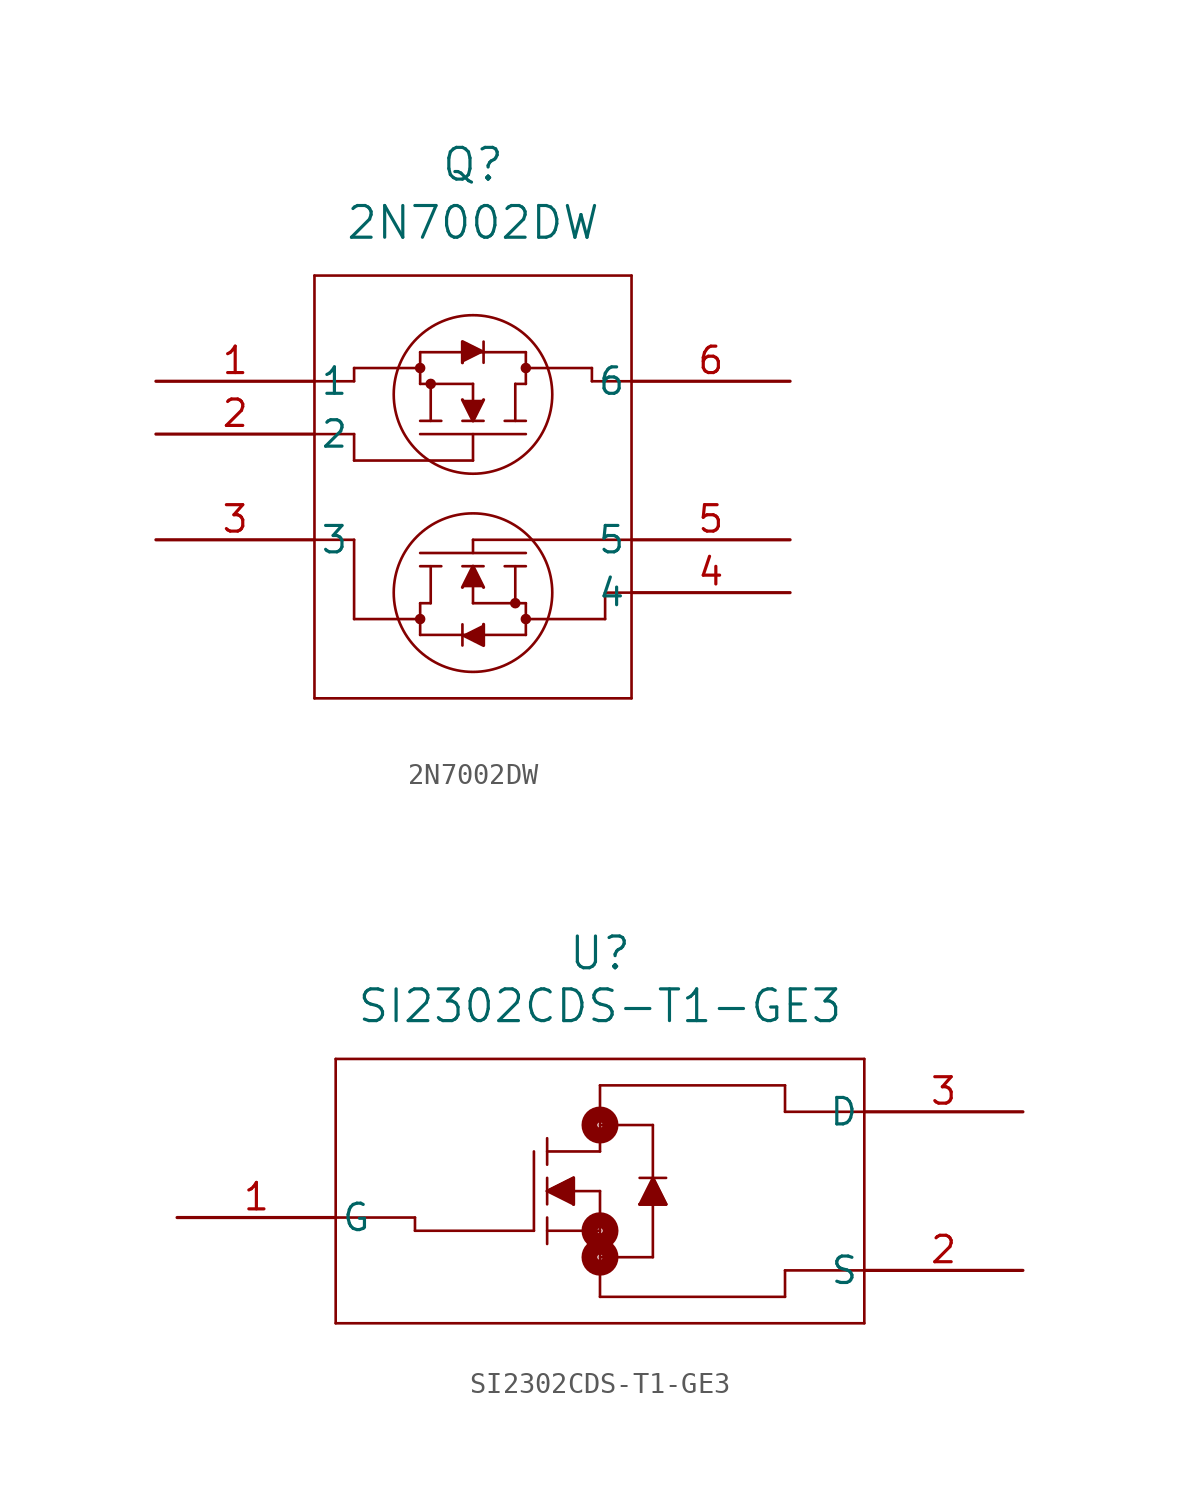
<source format=kicad_sym>
(kicad_symbol_lib
  (version 20241209)
  (generator "kicad_symbol_editor")
  (generator_version "9.0")
  (symbol "2N7002DW"
    (pin_names
      (offset 0.254))
    (property "Reference" "Q"
      (at 0 12.954 0)
      (effects (font (size 1.524 1.524))))
    (property "Value" "2N7002DW"
      (at 0 10.16 0)
      (effects (font (size 1.524 1.524))))
    (property "ki_locked" ""
      (at 0 0 0)
      (effects (font (size 1.27 1.27))))
    (symbol "2N7002DW_0_1"
      (polyline (pts (xy -7.62 7.62) (xy -7.62 -12.7)) (stroke (width 0.127) (type default)) (fill (type none)))
      (polyline (pts (xy -7.62 2.54) (xy -5.715 2.54)) (stroke (width 0.127) (type default)) (fill (type none)))
      (polyline (pts (xy -7.62 0) (xy -5.715 0)) (stroke (width 0.127) (type default)) (fill (type none)))
      (polyline (pts (xy -7.62 -5.08) (xy -5.715 -5.08)) (stroke (width 0.127) (type default)) (fill (type none)))
      (polyline (pts (xy -7.62 -12.7) (xy 7.62 -12.7)) (stroke (width 0.127) (type default)) (fill (type none)))
      (polyline (pts (xy -5.715 3.175) (xy -5.715 2.54)) (stroke (width 0.127) (type default)) (fill (type none)))
      (polyline (pts (xy -5.715 3.175) (xy -2.54 3.175)) (stroke (width 0.127) (type default)) (fill (type none)))
      (polyline (pts (xy -5.715 0) (xy -5.715 -1.27)) (stroke (width 0.127) (type default)) (fill (type none)))
      (polyline (pts (xy -5.715 -1.27) (xy 0 -1.27)) (stroke (width 0.127) (type default)) (fill (type none)))
      (polyline (pts (xy -5.715 -5.08) (xy -5.715 -8.89)) (stroke (width 0.127) (type default)) (fill (type none)))
      (polyline (pts (xy -5.715 -8.89) (xy -2.54 -8.89)) (stroke (width 0.127) (type default)) (fill (type none)))
      (polyline (pts (xy -2.54 3.937) (xy 2.54 3.937)) (stroke (width 0.127) (type default)) (fill (type none)))
      (circle (center -2.54 3.175) (radius 0.127) (stroke (width 0.254) (type default)) (fill (type none)))
      (polyline (pts (xy -2.54 2.413) (xy -2.54 3.937)) (stroke (width 0.127) (type default)) (fill (type none)))
      (polyline (pts (xy -2.54 2.413) (xy 0 2.413)) (stroke (width 0.127) (type default)) (fill (type none)))
      (polyline (pts (xy -2.54 0.635) (xy -1.524 0.635)) (stroke (width 0.127) (type default)) (fill (type none)))
      (polyline (pts (xy -2.54 0) (xy 2.54 0)) (stroke (width 0.127) (type default)) (fill (type none)))
      (polyline (pts (xy -2.54 -8.128) (xy -2.54 -9.652)) (stroke (width 0.127) (type default)) (fill (type none)))
      (circle (center -2.54 -8.89) (radius 0.127) (stroke (width 0.254) (type default)) (fill (type none)))
      (circle (center -2.032 2.413) (radius 0.127) (stroke (width 0.254) (type default)) (fill (type none)))
      (polyline (pts (xy -2.032 0.635) (xy -2.032 2.413)) (stroke (width 0.127) (type default)) (fill (type none)))
      (polyline (pts (xy -2.032 -6.35) (xy -2.032 -8.128)) (stroke (width 0.127) (type default)) (fill (type none)))
      (polyline (pts (xy -2.032 -8.128) (xy -2.54 -8.128)) (stroke (width 0.127) (type default)) (fill (type none)))
      (polyline (pts (xy -1.524 -6.35) (xy -2.54 -6.35)) (stroke (width 0.127) (type default)) (fill (type none)))
      (polyline (pts (xy -0.508 3.429) (xy -0.508 4.445) (xy 0.508 3.937)) (stroke (width 0) (type default)) (fill (type outline)))
      (polyline (pts (xy -0.508 1.651) (xy 0 0.635) (xy 0.508 1.651)) (stroke (width 0) (type default)) (fill (type outline)))
      (polyline (pts (xy -0.508 0.635) (xy 0.508 0.635)) (stroke (width 0.127) (type default)) (fill (type none)))
      (polyline (pts (xy -0.508 -9.144) (xy -0.508 -10.16)) (stroke (width 0.127) (type default)) (fill (type none)))
      (circle (center 0 1.905) (radius 3.81) (stroke (width 0.127) (type default)) (fill (type none)))
      (polyline (pts (xy 0 0.635) (xy 0 2.413)) (stroke (width 0.127) (type default)) (fill (type none)))
      (polyline (pts (xy 0 0) (xy 0 -1.27)) (stroke (width 0.127) (type default)) (fill (type none)))
      (polyline (pts (xy 0 -5.715) (xy 0 -5.08)) (stroke (width 0.127) (type default)) (fill (type none)))
      (polyline (pts (xy 0 -6.35) (xy 0 -8.128)) (stroke (width 0.127) (type default)) (fill (type none)))
      (circle (center 0 -7.62) (radius 3.81) (stroke (width 0.127) (type default)) (fill (type none)))
      (polyline (pts (xy 0.508 3.429) (xy 0.508 4.445)) (stroke (width 0.127) (type default)) (fill (type none)))
      (polyline (pts (xy 0.508 -6.35) (xy -0.508 -6.35)) (stroke (width 0.127) (type default)) (fill (type none)))
      (polyline (pts (xy 0.508 -7.366) (xy 0 -6.35) (xy -0.508 -7.366)) (stroke (width 0) (type default)) (fill (type outline)))
      (polyline (pts (xy 0.508 -9.144) (xy 0.508 -10.16) (xy -0.508 -9.652)) (stroke (width 0) (type default)) (fill (type outline)))
      (polyline (pts (xy 1.524 0.635) (xy 2.54 0.635)) (stroke (width 0.127) (type default)) (fill (type none)))
      (polyline (pts (xy 2.032 2.413) (xy 2.54 2.413)) (stroke (width 0.127) (type default)) (fill (type none)))
      (polyline (pts (xy 2.032 0.635) (xy 2.032 2.413)) (stroke (width 0.127) (type default)) (fill (type none)))
      (polyline (pts (xy 2.032 -6.35) (xy 2.032 -8.128)) (stroke (width 0.127) (type default)) (fill (type none)))
      (circle (center 2.032 -8.128) (radius 0.127) (stroke (width 0.254) (type default)) (fill (type none)))
      (polyline (pts (xy 2.54 3.175) (xy 5.715 3.175)) (stroke (width 0.127) (type default)) (fill (type none)))
      (circle (center 2.54 3.175) (radius 0.127) (stroke (width 0.254) (type default)) (fill (type none)))
      (polyline (pts (xy 2.54 2.413) (xy 2.54 3.937)) (stroke (width 0.127) (type default)) (fill (type none)))
      (polyline (pts (xy 2.54 -5.715) (xy -2.54 -5.715)) (stroke (width 0.127) (type default)) (fill (type none)))
      (polyline (pts (xy 2.54 -6.35) (xy 1.524 -6.35)) (stroke (width 0.127) (type default)) (fill (type none)))
      (polyline (pts (xy 2.54 -8.128) (xy 0 -8.128)) (stroke (width 0.127) (type default)) (fill (type none)))
      (polyline (pts (xy 2.54 -8.128) (xy 2.54 -9.652)) (stroke (width 0.127) (type default)) (fill (type none)))
      (polyline (pts (xy 2.54 -8.89) (xy 6.35 -8.89)) (stroke (width 0.127) (type default)) (fill (type none)))
      (circle (center 2.54 -8.89) (radius 0.127) (stroke (width 0.254) (type default)) (fill (type none)))
      (polyline (pts (xy 2.54 -9.652) (xy -2.54 -9.652)) (stroke (width 0.127) (type default)) (fill (type none)))
      (polyline (pts (xy 5.715 3.175) (xy 5.715 2.54)) (stroke (width 0.127) (type default)) (fill (type none)))
      (polyline (pts (xy 6.35 -7.62) (xy 6.35 -8.89)) (stroke (width 0.127) (type default)) (fill (type none)))
      (polyline (pts (xy 6.35 -7.62) (xy 7.62 -7.62)) (stroke (width 0.127) (type default)) (fill (type none)))
      (polyline (pts (xy 7.62 7.62) (xy -7.62 7.62)) (stroke (width 0.127) (type default)) (fill (type none)))
      (polyline (pts (xy 7.62 2.54) (xy 5.715 2.54)) (stroke (width 0.127) (type default)) (fill (type none)))
      (polyline (pts (xy 7.62 -5.08) (xy 0 -5.08)) (stroke (width 0.127) (type default)) (fill (type none)))
      (polyline (pts (xy 7.62 -12.7) (xy 7.62 7.62)) (stroke (width 0.127) (type default)) (fill (type none))))
    (symbol "2N7002DW_1_1"
      (pin passive line (at -15.24 2.54 0) (length 7.62) (name "1" (effects (font (size 1.27 1.27)))) (number "1" (effects (font (size 1.27 1.27)))))
      (pin passive line (at -15.24 0 0) (length 7.62) (name "2" (effects (font (size 1.27 1.27)))) (number "2" (effects (font (size 1.27 1.27)))))
      (pin passive line (at -15.24 -5.08 0) (length 7.62) (name "3" (effects (font (size 1.27 1.27)))) (number "3" (effects (font (size 1.27 1.27)))))
      (pin passive line (at 15.24 2.54 180) (length 7.62) (name "6" (effects (font (size 1.27 1.27)))) (number "6" (effects (font (size 1.27 1.27)))))
      (pin passive line (at 15.24 -5.08 180) (length 7.62) (name "5" (effects (font (size 1.27 1.27)))) (number "5" (effects (font (size 1.27 1.27)))))
      (pin passive line (at 15.24 -7.62 180) (length 7.62) (name "4" (effects (font (size 1.27 1.27)))) (number "4" (effects (font (size 1.27 1.27)))))))
  (symbol "SI2302CDS-T1-GE3"
    (pin_names
      (offset 0.254))
    (property "Reference" "U"
      (at 20.32 12.7 0)
      (effects (font (size 1.524 1.524))))
    (property "Value" "SI2302CDS-T1-GE3"
      (at 20.32 10.16 0)
      (effects (font (size 1.524 1.524))))
    (property "ki_locked" ""
      (at 0 0 0)
      (effects (font (size 1.27 1.27))))
    (symbol "SI2302CDS-T1-GE3_0_1"
      (polyline (pts (xy 7.62 7.62) (xy 7.62 -5.08)) (stroke (width 0.127) (type default)) (fill (type none)))
      (polyline (pts (xy 7.62 0) (xy 11.43 0)) (stroke (width 0.127) (type default)) (fill (type none)))
      (polyline (pts (xy 7.62 -5.08) (xy 33.02 -5.08)) (stroke (width 0.127) (type default)) (fill (type none)))
      (polyline (pts (xy 11.43 0) (xy 11.43 -0.635)) (stroke (width 0.127) (type default)) (fill (type none)))
      (polyline (pts (xy 17.145 3.175) (xy 17.145 -0.635)) (stroke (width 0.127) (type default)) (fill (type none)))
      (polyline (pts (xy 17.145 -0.635) (xy 11.43 -0.635)) (stroke (width 0.127) (type default)) (fill (type none)))
      (polyline (pts (xy 17.78 3.175) (xy 20.32 3.175)) (stroke (width 0.127) (type default)) (fill (type none)))
      (polyline (pts (xy 17.78 2.54) (xy 17.78 3.81)) (stroke (width 0.127) (type default)) (fill (type none)))
      (polyline (pts (xy 17.78 1.905) (xy 17.78 0.635)) (stroke (width 0.127) (type default)) (fill (type none)))
      (polyline (pts (xy 17.78 1.27) (xy 19.05 1.905)) (stroke (width 0.127) (type default)) (fill (type none)))
      (polyline (pts (xy 17.78 1.27) (xy 19.05 1.905) (xy 19.05 0.635)) (stroke (width 0) (type default)) (fill (type outline)))
      (polyline (pts (xy 17.78 0) (xy 17.78 -1.27)) (stroke (width 0.127) (type default)) (fill (type none)))
      (polyline (pts (xy 17.78 -0.635) (xy 20.32 -0.635)) (stroke (width 0.127) (type default)) (fill (type none)))
      (polyline (pts (xy 19.05 1.905) (xy 19.05 0.635)) (stroke (width 0.127) (type default)) (fill (type none)))
      (polyline (pts (xy 19.05 0.635) (xy 17.78 1.27)) (stroke (width 0.127) (type default)) (fill (type none)))
      (polyline (pts (xy 20.32 6.35) (xy 29.21 6.35)) (stroke (width 0.127) (type default)) (fill (type none)))
      (polyline (pts (xy 20.32 4.445) (xy 22.86 4.445)) (stroke (width 0.127) (type default)) (fill (type none)))
      (circle (center 20.32 4.445) (radius 0.127) (stroke (width 0.762) (type default)) (fill (type none)))
      (polyline (pts (xy 20.32 3.175) (xy 20.32 6.35)) (stroke (width 0.127) (type default)) (fill (type none)))
      (polyline (pts (xy 20.32 1.27) (xy 17.78 1.27)) (stroke (width 0.127) (type default)) (fill (type none)))
      (polyline (pts (xy 20.32 1.27) (xy 20.32 -3.81)) (stroke (width 0.127) (type default)) (fill (type none)))
      (circle (center 20.32 -0.635) (radius 0.127) (stroke (width 0.762) (type default)) (fill (type none)))
      (polyline (pts (xy 20.32 -1.905) (xy 22.86 -1.905)) (stroke (width 0.127) (type default)) (fill (type none)))
      (circle (center 20.32 -1.905) (radius 0.127) (stroke (width 0.762) (type default)) (fill (type none)))
      (polyline (pts (xy 22.225 1.905) (xy 23.495 1.905)) (stroke (width 0.127) (type default)) (fill (type none)))
      (polyline (pts (xy 22.225 0.635) (xy 23.495 0.635)) (stroke (width 0.127) (type default)) (fill (type none)))
      (polyline (pts (xy 22.225 0.635) (xy 23.495 0.635) (xy 22.86 1.905)) (stroke (width 0) (type default)) (fill (type outline)))
      (polyline (pts (xy 22.86 1.905) (xy 22.225 0.635)) (stroke (width 0.127) (type default)) (fill (type none)))
      (polyline (pts (xy 22.86 -1.905) (xy 22.86 4.445)) (stroke (width 0.127) (type default)) (fill (type none)))
      (polyline (pts (xy 23.495 0.635) (xy 22.86 1.905)) (stroke (width 0.127) (type default)) (fill (type none)))
      (polyline (pts (xy 29.21 6.35) (xy 29.21 5.08)) (stroke (width 0.127) (type default)) (fill (type none)))
      (polyline (pts (xy 29.21 -2.54) (xy 29.21 -3.81)) (stroke (width 0.127) (type default)) (fill (type none)))
      (polyline (pts (xy 29.21 -2.54) (xy 33.02 -2.54)) (stroke (width 0.127) (type default)) (fill (type none)))
      (polyline (pts (xy 29.21 -3.81) (xy 20.32 -3.81)) (stroke (width 0.127) (type default)) (fill (type none)))
      (polyline (pts (xy 33.02 7.62) (xy 7.62 7.62)) (stroke (width 0.127) (type default)) (fill (type none)))
      (polyline (pts (xy 33.02 5.08) (xy 29.21 5.08)) (stroke (width 0.127) (type default)) (fill (type none)))
      (polyline (pts (xy 33.02 -5.08) (xy 33.02 7.62)) (stroke (width 0.127) (type default)) (fill (type none)))
      (pin unspecified line (at 0 0 0) (length 7.62) (name "G" (effects (font (size 1.27 1.27)))) (number "1" (effects (font (size 1.27 1.27)))))
      (pin unspecified line (at 40.64 5.08 180) (length 7.62) (name "D" (effects (font (size 1.27 1.27)))) (number "3" (effects (font (size 1.27 1.27)))))
      (pin unspecified line (at 40.64 -2.54 180) (length 7.62) (name "S" (effects (font (size 1.27 1.27)))) (number "2" (effects (font (size 1.27 1.27))))))))
</source>
